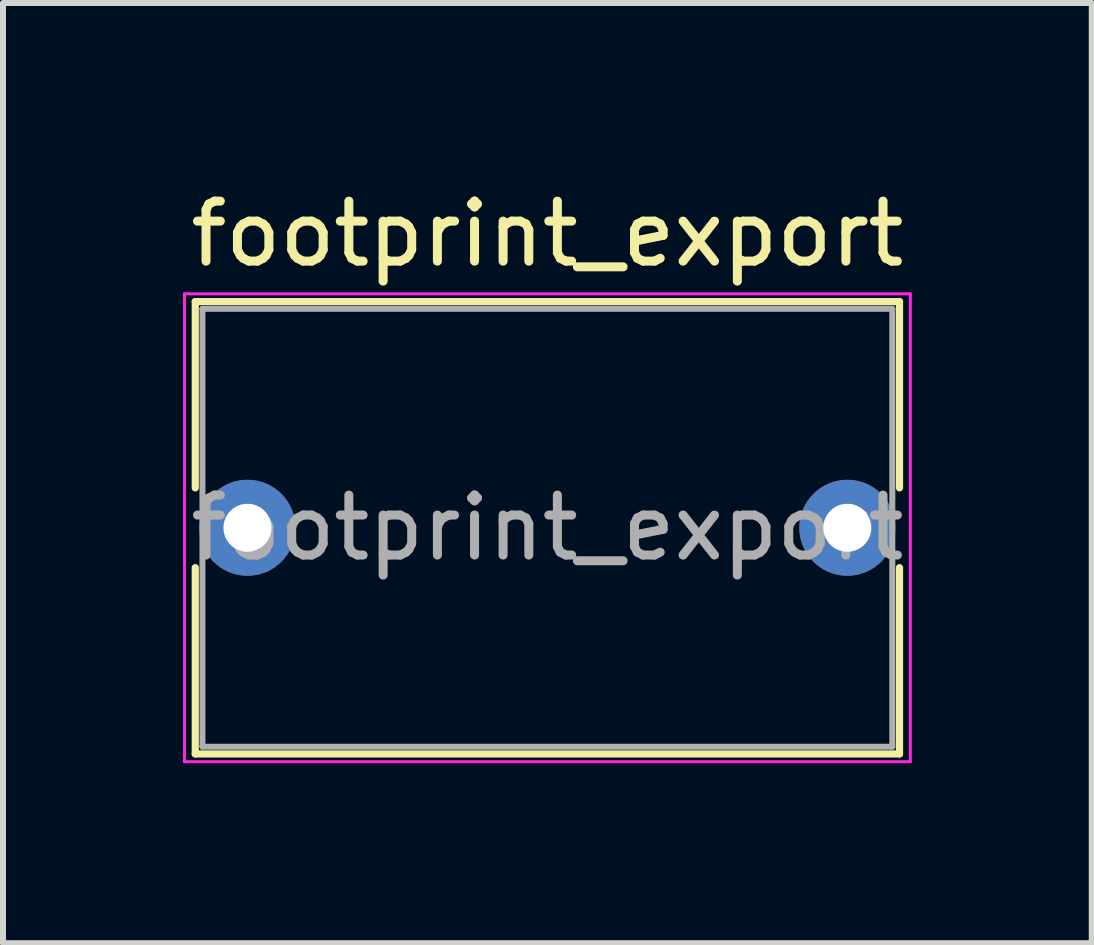
<source format=kicad_pcb>
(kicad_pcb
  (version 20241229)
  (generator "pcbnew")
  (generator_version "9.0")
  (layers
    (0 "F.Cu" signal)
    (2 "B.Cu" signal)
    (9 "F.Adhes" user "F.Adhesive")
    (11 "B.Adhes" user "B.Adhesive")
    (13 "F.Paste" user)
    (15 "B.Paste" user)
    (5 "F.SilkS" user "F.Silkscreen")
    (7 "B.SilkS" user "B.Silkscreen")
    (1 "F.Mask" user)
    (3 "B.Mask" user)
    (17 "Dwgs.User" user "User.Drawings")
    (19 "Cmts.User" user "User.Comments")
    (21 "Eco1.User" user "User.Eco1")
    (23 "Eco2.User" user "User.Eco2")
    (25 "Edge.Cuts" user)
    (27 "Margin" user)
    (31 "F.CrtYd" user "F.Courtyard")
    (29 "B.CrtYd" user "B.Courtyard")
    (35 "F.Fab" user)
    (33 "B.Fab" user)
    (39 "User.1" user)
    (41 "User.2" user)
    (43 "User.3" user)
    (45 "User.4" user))
  (footprint "footprint_export"
    (layer "F.Cu")
    (at 1.075 5.748)
    (property "Reference" "footprint_export" (at 5 -4.9 0) (layer "F.SilkS") (effects (font (size 1 1) (thickness 0.15))))
    (attr through_hole)
    (fp_line (start -0.87 -3.77) (end -0.87 -0.665) (stroke (width 0.12) (type solid)) (layer "F.SilkS"))
    (fp_line (start -0.87 -3.77) (end 10.87 -3.77) (stroke (width 0.12) (type solid)) (layer "F.SilkS"))
    (fp_line (start -0.87 0.665) (end -0.87 3.77) (stroke (width 0.12) (type solid)) (layer "F.SilkS"))
    (fp_line (start -0.87 3.77) (end 10.87 3.77) (stroke (width 0.12) (type solid)) (layer "F.SilkS"))
    (fp_line (start 10.87 -3.77) (end 10.87 -0.665) (stroke (width 0.12) (type solid)) (layer "F.SilkS"))
    (fp_line (start 10.87 0.665) (end 10.87 3.77) (stroke (width 0.12) (type solid)) (layer "F.SilkS"))
    (fp_line (start -1.05 -3.9) (end -1.05 3.9) (stroke (width 0.05) (type solid)) (layer "F.CrtYd"))
    (fp_line (start -1.05 3.9) (end 11.05 3.9) (stroke (width 0.05) (type solid)) (layer "F.CrtYd"))
    (fp_line (start 11.05 -3.9) (end -1.05 -3.9) (stroke (width 0.05) (type solid)) (layer "F.CrtYd"))
    (fp_line (start 11.05 3.9) (end 11.05 -3.9) (stroke (width 0.05) (type solid)) (layer "F.CrtYd"))
    (fp_line (start -0.75 -3.65) (end -0.75 3.65) (stroke (width 0.1) (type solid)) (layer "F.Fab"))
    (fp_line (start -0.75 3.65) (end 10.75 3.65) (stroke (width 0.1) (type solid)) (layer "F.Fab"))
    (fp_line (start 10.75 -3.65) (end -0.75 -3.65) (stroke (width 0.1) (type solid)) (layer "F.Fab"))
    (fp_line (start 10.75 3.65) (end 10.75 -3.65) (stroke (width 0.1) (type solid)) (layer "F.Fab"))
    (fp_text user "${REFERENCE}" (at 5 0 0) (layer "F.Fab") (effects (font (size 1 1) (thickness 0.15))))
    (pad "1" thru_hole circle (at 0 0) (size 1.6 1.6) (drill 0.8) (layers "*.Cu" "*.Mask"))
    (pad "2" thru_hole circle (at 10 0) (size 1.6 1.6) (drill 0.8) (layers "*.Cu" "*.Mask")))
  (gr_rect
    (start -3 -3)
    (end 15.15 12.673)
    (stroke (width 0.1) (type default))
    (fill no)
    (layer "Edge.Cuts")))
</source>
